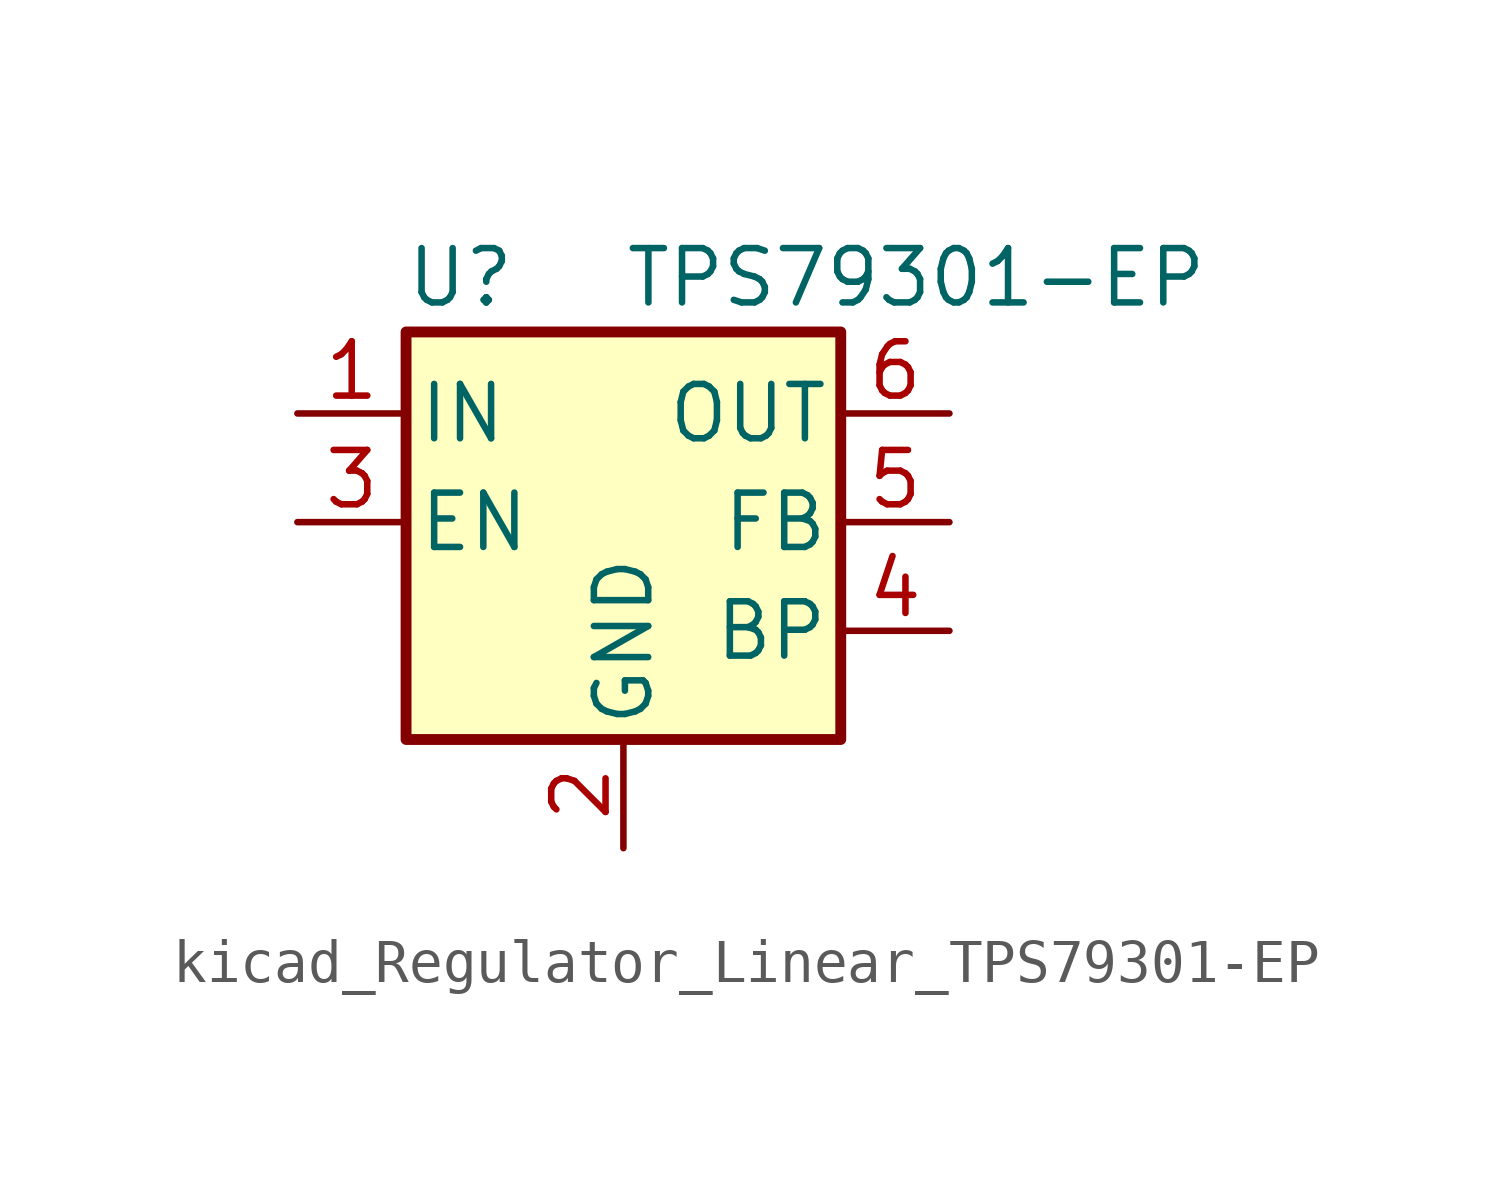
<source format=kicad_sym>
(kicad_symbol_lib
  (version 20220914)
  (generator kicad_symbol_editor)
  (symbol "kicad_Regulator_Linear_TPS79301-EP"
    (pin_names
      (offset 0.254))
    (property "Reference" "U"
      (at -3.81 5.715 0)
      (effects (font (size 1.27 1.27))))
    (property "Value" "TPS79301-EP"
      (at 0 5.715 0)
      (effects (font (size 1.27 1.27)) (justify left)))
    (symbol "kicad_Regulator_Linear_TPS79301-EP_1_1"
      (rectangle (start 5.08 -5.08) (end -5.08 4.445) (stroke (width 0.254) (type default)) (fill (type background)))
      (pin power_in line (at -7.62 2.54 0) (length 2.54) (name "IN" (effects (font (size 1.27 1.27)))) (number "1" (effects (font (size 1.27 1.27)))))
      (pin power_in line (at 0 -7.62 90) (length 2.54) (name "GND" (effects (font (size 1.27 1.27)))) (number "2" (effects (font (size 1.27 1.27)))))
      (pin input line (at -7.62 0 0) (length 2.54) (name "EN" (effects (font (size 1.27 1.27)))) (number "3" (effects (font (size 1.27 1.27)))))
      (pin passive line (at 7.62 -2.54 180) (length 2.54) (name "BP" (effects (font (size 1.27 1.27)))) (number "4" (effects (font (size 1.27 1.27)))))
      (pin input line (at 7.62 0 180) (length 2.54) (name "FB" (effects (font (size 1.27 1.27)))) (number "5" (effects (font (size 1.27 1.27)))))
      (pin power_out line (at 7.62 2.54 180) (length 2.54) (name "OUT" (effects (font (size 1.27 1.27)))) (number "6" (effects (font (size 1.27 1.27))))))))
</source>
